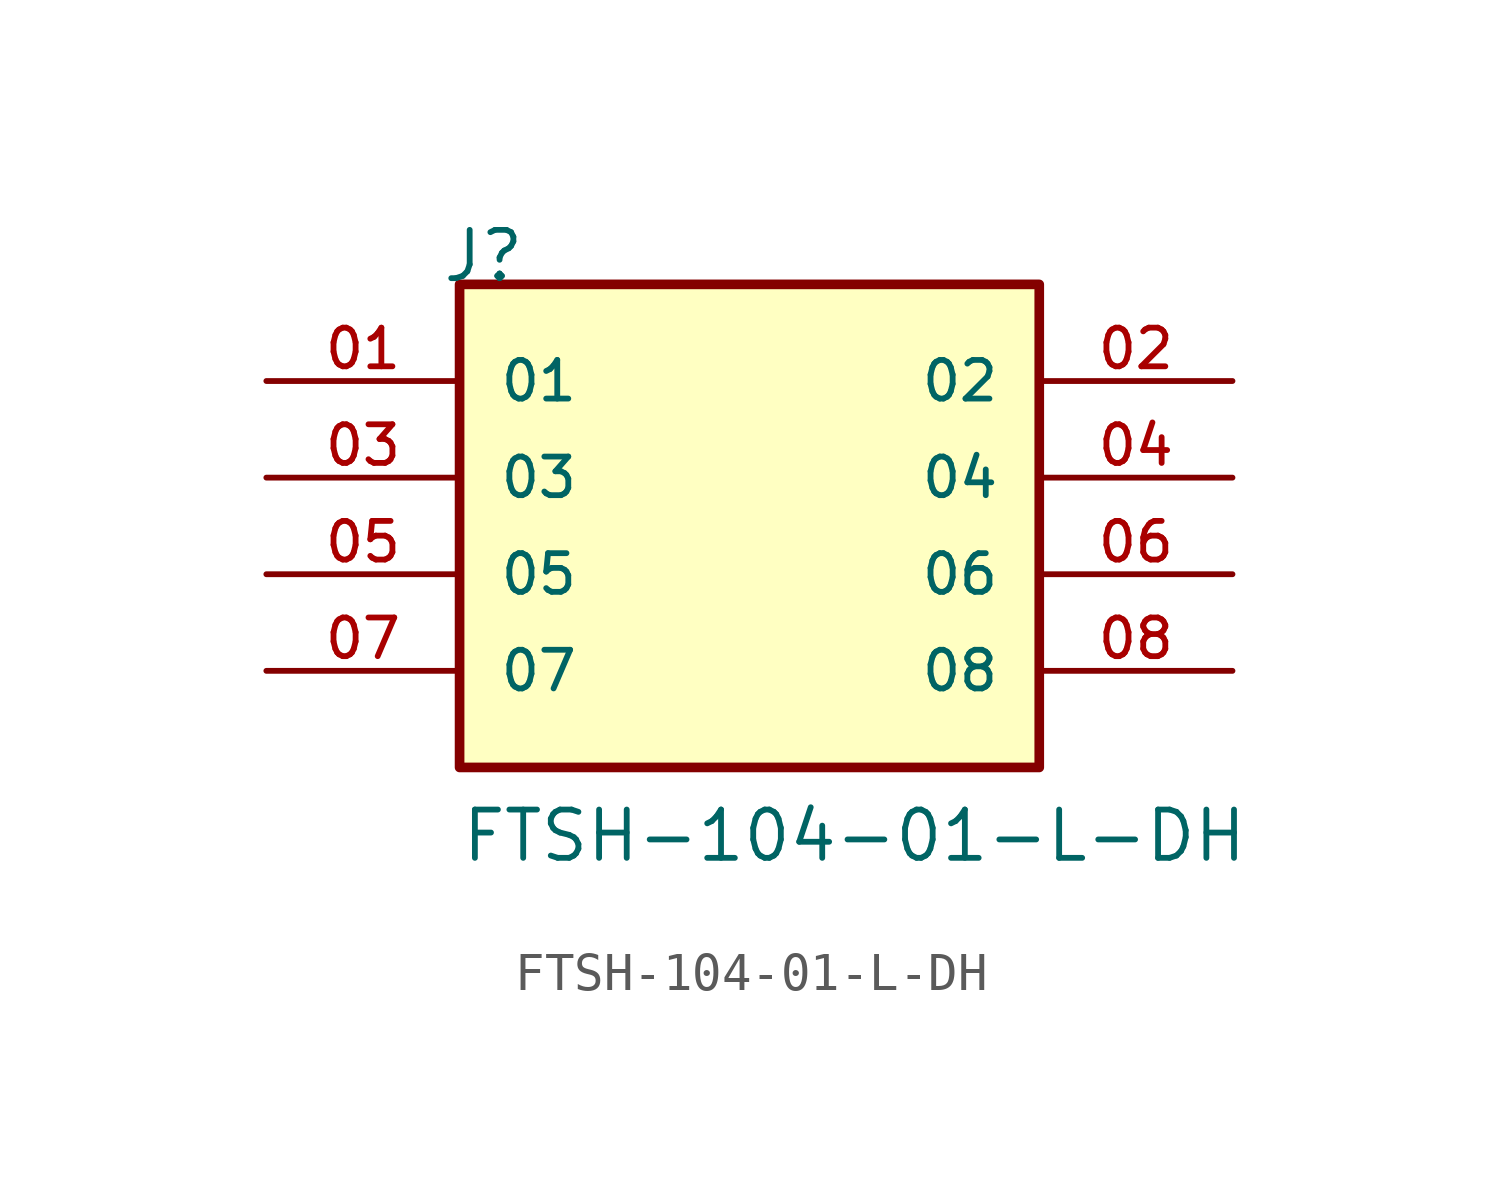
<source format=kicad_sym>
(kicad_symbol_lib
  (version 20211014)
  (generator kicad_symbol_editor)
  (symbol "FTSH-104-01-L-DH"
    (pin_names
      (offset 1.016))
    (property "Reference" "J"
      (at -8.12 7.62 0)
      (effects (font (size 1.27 1.27)) (justify bottom left)))
    (property "Value" "FTSH-104-01-L-DH"
      (at -7.62 -7.62 0)
      (effects (font (size 1.27 1.27)) (justify bottom left)))
    (symbol "FTSH-104-01-L-DH_0_0"
      (rectangle (start -7.62 -5.08) (end 7.62 7.62) (stroke (width 0.254)) (fill (type background)))
      (pin passive line (at -12.7 5.08 0) (length 5.08) (name "01" (effects (font (size 1.016 1.016)))) (number "01" (effects (font (size 1.016 1.016)))))
      (pin passive line (at 12.7 5.08 180.0) (length 5.08) (name "02" (effects (font (size 1.016 1.016)))) (number "02" (effects (font (size 1.016 1.016)))))
      (pin passive line (at -12.7 2.54 0) (length 5.08) (name "03" (effects (font (size 1.016 1.016)))) (number "03" (effects (font (size 1.016 1.016)))))
      (pin passive line (at 12.7 2.54 180.0) (length 5.08) (name "04" (effects (font (size 1.016 1.016)))) (number "04" (effects (font (size 1.016 1.016)))))
      (pin passive line (at -12.7 0.0 0) (length 5.08) (name "05" (effects (font (size 1.016 1.016)))) (number "05" (effects (font (size 1.016 1.016)))))
      (pin passive line (at 12.7 0.0 180.0) (length 5.08) (name "06" (effects (font (size 1.016 1.016)))) (number "06" (effects (font (size 1.016 1.016)))))
      (pin passive line (at -12.7 -2.54 0) (length 5.08) (name "07" (effects (font (size 1.016 1.016)))) (number "07" (effects (font (size 1.016 1.016)))))
      (pin passive line (at 12.7 -2.54 180.0) (length 5.08) (name "08" (effects (font (size 1.016 1.016)))) (number "08" (effects (font (size 1.016 1.016))))))))
</source>
